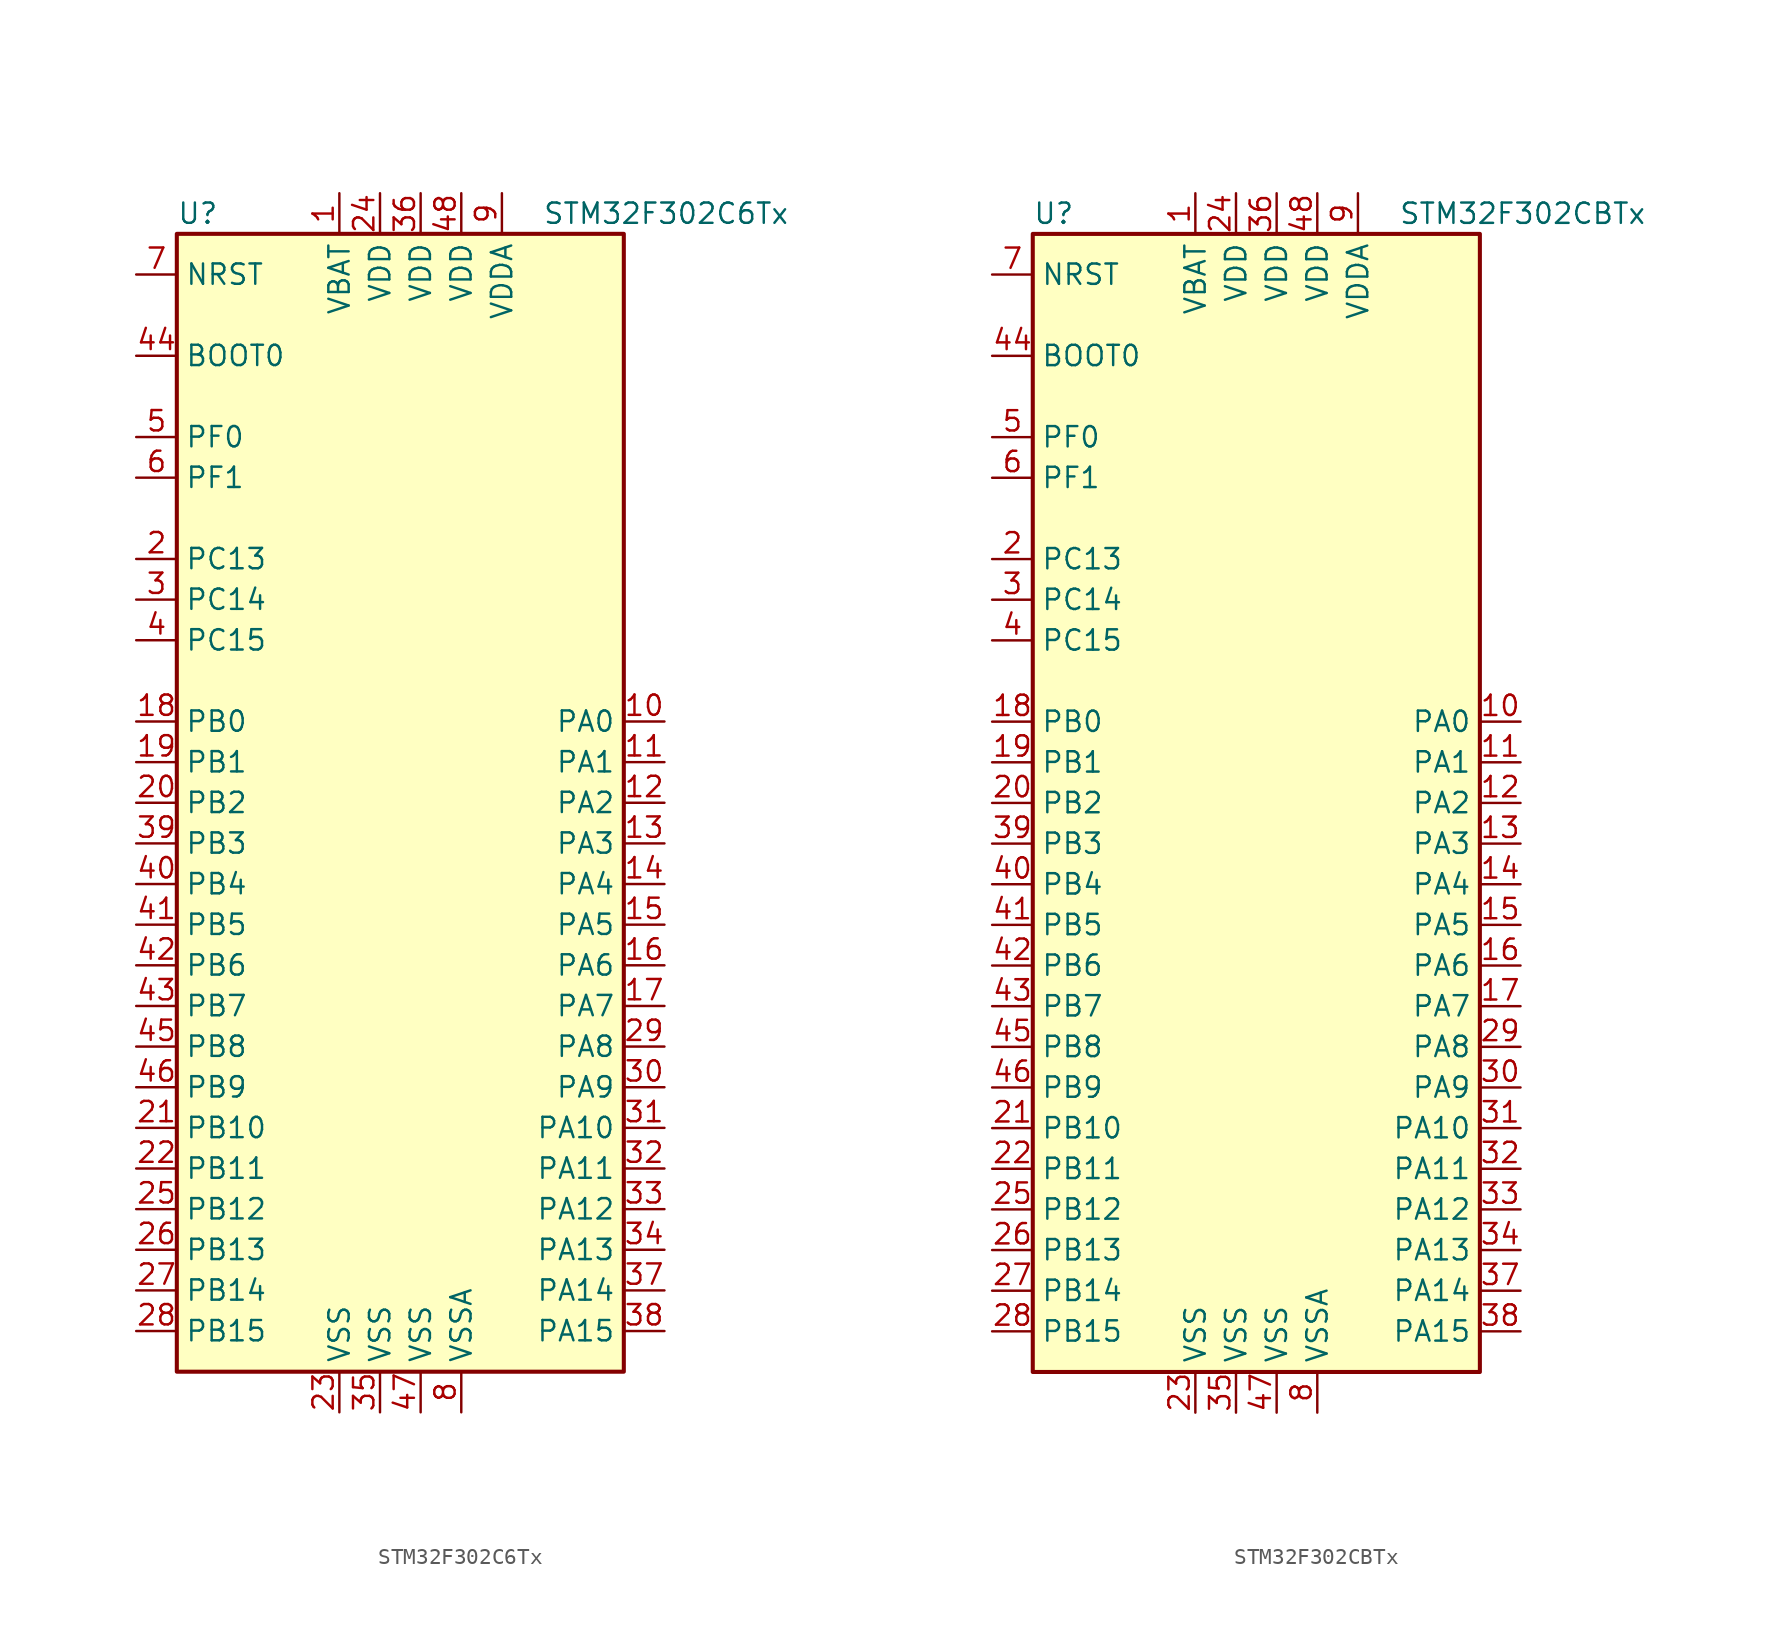
<source format=kicad_sym>
(kicad_symbol_lib
  (version 20201005)
  (generator kicad_symbol_editor)
  (symbol "MCU_ST_STM32F3:STM32F302C6Tx"
    (property "Reference" "U"
      (at -15.24 36.83 0)
      (effects (font (size 1.27 1.27)) (justify left)))
    (property "Value" "STM32F302C6Tx"
      (at 7.62 36.83 0)
      (effects (font (size 1.27 1.27)) (justify left)))
    (symbol "STM32F302C6Tx_0_1"
      (rectangle (start -15.24 -35.56) (end 12.7 35.56) (stroke (width 0.254)) (fill (type background))))
    (symbol "STM32F302C6Tx_1_1"
      (pin input line (at -17.78 27.94 0) (length 2.54) (name "BOOT0" (effects (font (size 1.27 1.27)))) (number "44" (effects (font (size 1.27 1.27)))))
      (pin input line (at -17.78 33.02 0) (length 2.54) (name "NRST" (effects (font (size 1.27 1.27)))) (number "7" (effects (font (size 1.27 1.27)))))
      (pin bidirectional line (at 15.24 5.08 180) (length 2.54) (name "PA0" (effects (font (size 1.27 1.27)))) (number "10" (effects (font (size 1.27 1.27)))))
      (pin bidirectional line (at 15.24 2.54 180) (length 2.54) (name "PA1" (effects (font (size 1.27 1.27)))) (number "11" (effects (font (size 1.27 1.27)))))
      (pin bidirectional line (at 15.24 -20.32 180) (length 2.54) (name "PA10" (effects (font (size 1.27 1.27)))) (number "31" (effects (font (size 1.27 1.27)))))
      (pin bidirectional line (at 15.24 -22.86 180) (length 2.54) (name "PA11" (effects (font (size 1.27 1.27)))) (number "32" (effects (font (size 1.27 1.27)))))
      (pin bidirectional line (at 15.24 -25.4 180) (length 2.54) (name "PA12" (effects (font (size 1.27 1.27)))) (number "33" (effects (font (size 1.27 1.27)))))
      (pin bidirectional line (at 15.24 -27.94 180) (length 2.54) (name "PA13" (effects (font (size 1.27 1.27)))) (number "34" (effects (font (size 1.27 1.27)))))
      (pin bidirectional line (at 15.24 -30.48 180) (length 2.54) (name "PA14" (effects (font (size 1.27 1.27)))) (number "37" (effects (font (size 1.27 1.27)))))
      (pin bidirectional line (at 15.24 -33.02 180) (length 2.54) (name "PA15" (effects (font (size 1.27 1.27)))) (number "38" (effects (font (size 1.27 1.27)))))
      (pin bidirectional line (at 15.24 0 180) (length 2.54) (name "PA2" (effects (font (size 1.27 1.27)))) (number "12" (effects (font (size 1.27 1.27)))))
      (pin bidirectional line (at 15.24 -2.54 180) (length 2.54) (name "PA3" (effects (font (size 1.27 1.27)))) (number "13" (effects (font (size 1.27 1.27)))))
      (pin bidirectional line (at 15.24 -5.08 180) (length 2.54) (name "PA4" (effects (font (size 1.27 1.27)))) (number "14" (effects (font (size 1.27 1.27)))))
      (pin bidirectional line (at 15.24 -7.62 180) (length 2.54) (name "PA5" (effects (font (size 1.27 1.27)))) (number "15" (effects (font (size 1.27 1.27)))))
      (pin bidirectional line (at 15.24 -10.16 180) (length 2.54) (name "PA6" (effects (font (size 1.27 1.27)))) (number "16" (effects (font (size 1.27 1.27)))))
      (pin bidirectional line (at 15.24 -12.7 180) (length 2.54) (name "PA7" (effects (font (size 1.27 1.27)))) (number "17" (effects (font (size 1.27 1.27)))))
      (pin bidirectional line (at 15.24 -15.24 180) (length 2.54) (name "PA8" (effects (font (size 1.27 1.27)))) (number "29" (effects (font (size 1.27 1.27)))))
      (pin bidirectional line (at 15.24 -17.78 180) (length 2.54) (name "PA9" (effects (font (size 1.27 1.27)))) (number "30" (effects (font (size 1.27 1.27)))))
      (pin bidirectional line (at -17.78 5.08 0) (length 2.54) (name "PB0" (effects (font (size 1.27 1.27)))) (number "18" (effects (font (size 1.27 1.27)))))
      (pin bidirectional line (at -17.78 2.54 0) (length 2.54) (name "PB1" (effects (font (size 1.27 1.27)))) (number "19" (effects (font (size 1.27 1.27)))))
      (pin bidirectional line (at -17.78 -20.32 0) (length 2.54) (name "PB10" (effects (font (size 1.27 1.27)))) (number "21" (effects (font (size 1.27 1.27)))))
      (pin bidirectional line (at -17.78 -22.86 0) (length 2.54) (name "PB11" (effects (font (size 1.27 1.27)))) (number "22" (effects (font (size 1.27 1.27)))))
      (pin bidirectional line (at -17.78 -25.4 0) (length 2.54) (name "PB12" (effects (font (size 1.27 1.27)))) (number "25" (effects (font (size 1.27 1.27)))))
      (pin bidirectional line (at -17.78 -27.94 0) (length 2.54) (name "PB13" (effects (font (size 1.27 1.27)))) (number "26" (effects (font (size 1.27 1.27)))))
      (pin bidirectional line (at -17.78 -30.48 0) (length 2.54) (name "PB14" (effects (font (size 1.27 1.27)))) (number "27" (effects (font (size 1.27 1.27)))))
      (pin bidirectional line (at -17.78 -33.02 0) (length 2.54) (name "PB15" (effects (font (size 1.27 1.27)))) (number "28" (effects (font (size 1.27 1.27)))))
      (pin bidirectional line (at -17.78 0 0) (length 2.54) (name "PB2" (effects (font (size 1.27 1.27)))) (number "20" (effects (font (size 1.27 1.27)))))
      (pin bidirectional line (at -17.78 -2.54 0) (length 2.54) (name "PB3" (effects (font (size 1.27 1.27)))) (number "39" (effects (font (size 1.27 1.27)))))
      (pin bidirectional line (at -17.78 -5.08 0) (length 2.54) (name "PB4" (effects (font (size 1.27 1.27)))) (number "40" (effects (font (size 1.27 1.27)))))
      (pin bidirectional line (at -17.78 -7.62 0) (length 2.54) (name "PB5" (effects (font (size 1.27 1.27)))) (number "41" (effects (font (size 1.27 1.27)))))
      (pin bidirectional line (at -17.78 -10.16 0) (length 2.54) (name "PB6" (effects (font (size 1.27 1.27)))) (number "42" (effects (font (size 1.27 1.27)))))
      (pin bidirectional line (at -17.78 -12.7 0) (length 2.54) (name "PB7" (effects (font (size 1.27 1.27)))) (number "43" (effects (font (size 1.27 1.27)))))
      (pin bidirectional line (at -17.78 -15.24 0) (length 2.54) (name "PB8" (effects (font (size 1.27 1.27)))) (number "45" (effects (font (size 1.27 1.27)))))
      (pin bidirectional line (at -17.78 -17.78 0) (length 2.54) (name "PB9" (effects (font (size 1.27 1.27)))) (number "46" (effects (font (size 1.27 1.27)))))
      (pin bidirectional line (at -17.78 15.24 0) (length 2.54) (name "PC13" (effects (font (size 1.27 1.27)))) (number "2" (effects (font (size 1.27 1.27)))))
      (pin bidirectional line (at -17.78 12.7 0) (length 2.54) (name "PC14" (effects (font (size 1.27 1.27)))) (number "3" (effects (font (size 1.27 1.27)))))
      (pin bidirectional line (at -17.78 10.16 0) (length 2.54) (name "PC15" (effects (font (size 1.27 1.27)))) (number "4" (effects (font (size 1.27 1.27)))))
      (pin input line (at -17.78 22.86 0) (length 2.54) (name "PF0" (effects (font (size 1.27 1.27)))) (number "5" (effects (font (size 1.27 1.27)))))
      (pin input line (at -17.78 20.32 0) (length 2.54) (name "PF1" (effects (font (size 1.27 1.27)))) (number "6" (effects (font (size 1.27 1.27)))))
      (pin power_in line (at -5.08 38.1 270) (length 2.54) (name "VBAT" (effects (font (size 1.27 1.27)))) (number "1" (effects (font (size 1.27 1.27)))))
      (pin power_in line (at -2.54 38.1 270) (length 2.54) (name "VDD" (effects (font (size 1.27 1.27)))) (number "24" (effects (font (size 1.27 1.27)))))
      (pin power_in line (at 0 38.1 270) (length 2.54) (name "VDD" (effects (font (size 1.27 1.27)))) (number "36" (effects (font (size 1.27 1.27)))))
      (pin power_in line (at 2.54 38.1 270) (length 2.54) (name "VDD" (effects (font (size 1.27 1.27)))) (number "48" (effects (font (size 1.27 1.27)))))
      (pin power_in line (at 5.08 38.1 270) (length 2.54) (name "VDDA" (effects (font (size 1.27 1.27)))) (number "9" (effects (font (size 1.27 1.27)))))
      (pin power_in line (at -5.08 -38.1 90) (length 2.54) (name "VSS" (effects (font (size 1.27 1.27)))) (number "23" (effects (font (size 1.27 1.27)))))
      (pin power_in line (at -2.54 -38.1 90) (length 2.54) (name "VSS" (effects (font (size 1.27 1.27)))) (number "35" (effects (font (size 1.27 1.27)))))
      (pin power_in line (at 0 -38.1 90) (length 2.54) (name "VSS" (effects (font (size 1.27 1.27)))) (number "47" (effects (font (size 1.27 1.27)))))
      (pin power_in line (at 2.54 -38.1 90) (length 2.54) (name "VSSA" (effects (font (size 1.27 1.27)))) (number "8" (effects (font (size 1.27 1.27)))))))
  (symbol "MCU_ST_STM32F3:STM32F302CBTx"
    (property "Reference" "U"
      (at -15.24 36.83 0)
      (effects (font (size 1.27 1.27)) (justify left)))
    (property "Value" "STM32F302CBTx"
      (at 7.62 36.83 0)
      (effects (font (size 1.27 1.27)) (justify left)))
    (symbol "STM32F302CBTx_0_1"
      (rectangle (start -15.24 -35.56) (end 12.7 35.56) (stroke (width 0.254)) (fill (type background))))
    (symbol "STM32F302CBTx_1_1"
      (pin input line (at -17.78 27.94 0) (length 2.54) (name "BOOT0" (effects (font (size 1.27 1.27)))) (number "44" (effects (font (size 1.27 1.27)))))
      (pin input line (at -17.78 33.02 0) (length 2.54) (name "NRST" (effects (font (size 1.27 1.27)))) (number "7" (effects (font (size 1.27 1.27)))))
      (pin bidirectional line (at 15.24 5.08 180) (length 2.54) (name "PA0" (effects (font (size 1.27 1.27)))) (number "10" (effects (font (size 1.27 1.27)))))
      (pin bidirectional line (at 15.24 2.54 180) (length 2.54) (name "PA1" (effects (font (size 1.27 1.27)))) (number "11" (effects (font (size 1.27 1.27)))))
      (pin bidirectional line (at 15.24 -20.32 180) (length 2.54) (name "PA10" (effects (font (size 1.27 1.27)))) (number "31" (effects (font (size 1.27 1.27)))))
      (pin bidirectional line (at 15.24 -22.86 180) (length 2.54) (name "PA11" (effects (font (size 1.27 1.27)))) (number "32" (effects (font (size 1.27 1.27)))))
      (pin bidirectional line (at 15.24 -25.4 180) (length 2.54) (name "PA12" (effects (font (size 1.27 1.27)))) (number "33" (effects (font (size 1.27 1.27)))))
      (pin bidirectional line (at 15.24 -27.94 180) (length 2.54) (name "PA13" (effects (font (size 1.27 1.27)))) (number "34" (effects (font (size 1.27 1.27)))))
      (pin bidirectional line (at 15.24 -30.48 180) (length 2.54) (name "PA14" (effects (font (size 1.27 1.27)))) (number "37" (effects (font (size 1.27 1.27)))))
      (pin bidirectional line (at 15.24 -33.02 180) (length 2.54) (name "PA15" (effects (font (size 1.27 1.27)))) (number "38" (effects (font (size 1.27 1.27)))))
      (pin bidirectional line (at 15.24 0 180) (length 2.54) (name "PA2" (effects (font (size 1.27 1.27)))) (number "12" (effects (font (size 1.27 1.27)))))
      (pin bidirectional line (at 15.24 -2.54 180) (length 2.54) (name "PA3" (effects (font (size 1.27 1.27)))) (number "13" (effects (font (size 1.27 1.27)))))
      (pin bidirectional line (at 15.24 -5.08 180) (length 2.54) (name "PA4" (effects (font (size 1.27 1.27)))) (number "14" (effects (font (size 1.27 1.27)))))
      (pin bidirectional line (at 15.24 -7.62 180) (length 2.54) (name "PA5" (effects (font (size 1.27 1.27)))) (number "15" (effects (font (size 1.27 1.27)))))
      (pin bidirectional line (at 15.24 -10.16 180) (length 2.54) (name "PA6" (effects (font (size 1.27 1.27)))) (number "16" (effects (font (size 1.27 1.27)))))
      (pin bidirectional line (at 15.24 -12.7 180) (length 2.54) (name "PA7" (effects (font (size 1.27 1.27)))) (number "17" (effects (font (size 1.27 1.27)))))
      (pin bidirectional line (at 15.24 -15.24 180) (length 2.54) (name "PA8" (effects (font (size 1.27 1.27)))) (number "29" (effects (font (size 1.27 1.27)))))
      (pin bidirectional line (at 15.24 -17.78 180) (length 2.54) (name "PA9" (effects (font (size 1.27 1.27)))) (number "30" (effects (font (size 1.27 1.27)))))
      (pin bidirectional line (at -17.78 5.08 0) (length 2.54) (name "PB0" (effects (font (size 1.27 1.27)))) (number "18" (effects (font (size 1.27 1.27)))))
      (pin bidirectional line (at -17.78 2.54 0) (length 2.54) (name "PB1" (effects (font (size 1.27 1.27)))) (number "19" (effects (font (size 1.27 1.27)))))
      (pin bidirectional line (at -17.78 -20.32 0) (length 2.54) (name "PB10" (effects (font (size 1.27 1.27)))) (number "21" (effects (font (size 1.27 1.27)))))
      (pin bidirectional line (at -17.78 -22.86 0) (length 2.54) (name "PB11" (effects (font (size 1.27 1.27)))) (number "22" (effects (font (size 1.27 1.27)))))
      (pin bidirectional line (at -17.78 -25.4 0) (length 2.54) (name "PB12" (effects (font (size 1.27 1.27)))) (number "25" (effects (font (size 1.27 1.27)))))
      (pin bidirectional line (at -17.78 -27.94 0) (length 2.54) (name "PB13" (effects (font (size 1.27 1.27)))) (number "26" (effects (font (size 1.27 1.27)))))
      (pin bidirectional line (at -17.78 -30.48 0) (length 2.54) (name "PB14" (effects (font (size 1.27 1.27)))) (number "27" (effects (font (size 1.27 1.27)))))
      (pin bidirectional line (at -17.78 -33.02 0) (length 2.54) (name "PB15" (effects (font (size 1.27 1.27)))) (number "28" (effects (font (size 1.27 1.27)))))
      (pin bidirectional line (at -17.78 0 0) (length 2.54) (name "PB2" (effects (font (size 1.27 1.27)))) (number "20" (effects (font (size 1.27 1.27)))))
      (pin bidirectional line (at -17.78 -2.54 0) (length 2.54) (name "PB3" (effects (font (size 1.27 1.27)))) (number "39" (effects (font (size 1.27 1.27)))))
      (pin bidirectional line (at -17.78 -5.08 0) (length 2.54) (name "PB4" (effects (font (size 1.27 1.27)))) (number "40" (effects (font (size 1.27 1.27)))))
      (pin bidirectional line (at -17.78 -7.62 0) (length 2.54) (name "PB5" (effects (font (size 1.27 1.27)))) (number "41" (effects (font (size 1.27 1.27)))))
      (pin bidirectional line (at -17.78 -10.16 0) (length 2.54) (name "PB6" (effects (font (size 1.27 1.27)))) (number "42" (effects (font (size 1.27 1.27)))))
      (pin bidirectional line (at -17.78 -12.7 0) (length 2.54) (name "PB7" (effects (font (size 1.27 1.27)))) (number "43" (effects (font (size 1.27 1.27)))))
      (pin bidirectional line (at -17.78 -15.24 0) (length 2.54) (name "PB8" (effects (font (size 1.27 1.27)))) (number "45" (effects (font (size 1.27 1.27)))))
      (pin bidirectional line (at -17.78 -17.78 0) (length 2.54) (name "PB9" (effects (font (size 1.27 1.27)))) (number "46" (effects (font (size 1.27 1.27)))))
      (pin bidirectional line (at -17.78 15.24 0) (length 2.54) (name "PC13" (effects (font (size 1.27 1.27)))) (number "2" (effects (font (size 1.27 1.27)))))
      (pin bidirectional line (at -17.78 12.7 0) (length 2.54) (name "PC14" (effects (font (size 1.27 1.27)))) (number "3" (effects (font (size 1.27 1.27)))))
      (pin bidirectional line (at -17.78 10.16 0) (length 2.54) (name "PC15" (effects (font (size 1.27 1.27)))) (number "4" (effects (font (size 1.27 1.27)))))
      (pin input line (at -17.78 22.86 0) (length 2.54) (name "PF0" (effects (font (size 1.27 1.27)))) (number "5" (effects (font (size 1.27 1.27)))))
      (pin input line (at -17.78 20.32 0) (length 2.54) (name "PF1" (effects (font (size 1.27 1.27)))) (number "6" (effects (font (size 1.27 1.27)))))
      (pin power_in line (at -5.08 38.1 270) (length 2.54) (name "VBAT" (effects (font (size 1.27 1.27)))) (number "1" (effects (font (size 1.27 1.27)))))
      (pin power_in line (at -2.54 38.1 270) (length 2.54) (name "VDD" (effects (font (size 1.27 1.27)))) (number "24" (effects (font (size 1.27 1.27)))))
      (pin power_in line (at 0 38.1 270) (length 2.54) (name "VDD" (effects (font (size 1.27 1.27)))) (number "36" (effects (font (size 1.27 1.27)))))
      (pin power_in line (at 2.54 38.1 270) (length 2.54) (name "VDD" (effects (font (size 1.27 1.27)))) (number "48" (effects (font (size 1.27 1.27)))))
      (pin power_in line (at 5.08 38.1 270) (length 2.54) (name "VDDA" (effects (font (size 1.27 1.27)))) (number "9" (effects (font (size 1.27 1.27)))))
      (pin power_in line (at -5.08 -38.1 90) (length 2.54) (name "VSS" (effects (font (size 1.27 1.27)))) (number "23" (effects (font (size 1.27 1.27)))))
      (pin power_in line (at -2.54 -38.1 90) (length 2.54) (name "VSS" (effects (font (size 1.27 1.27)))) (number "35" (effects (font (size 1.27 1.27)))))
      (pin power_in line (at 0 -38.1 90) (length 2.54) (name "VSS" (effects (font (size 1.27 1.27)))) (number "47" (effects (font (size 1.27 1.27)))))
      (pin power_in line (at 2.54 -38.1 90) (length 2.54) (name "VSSA" (effects (font (size 1.27 1.27)))) (number "8" (effects (font (size 1.27 1.27))))))))
</source>
